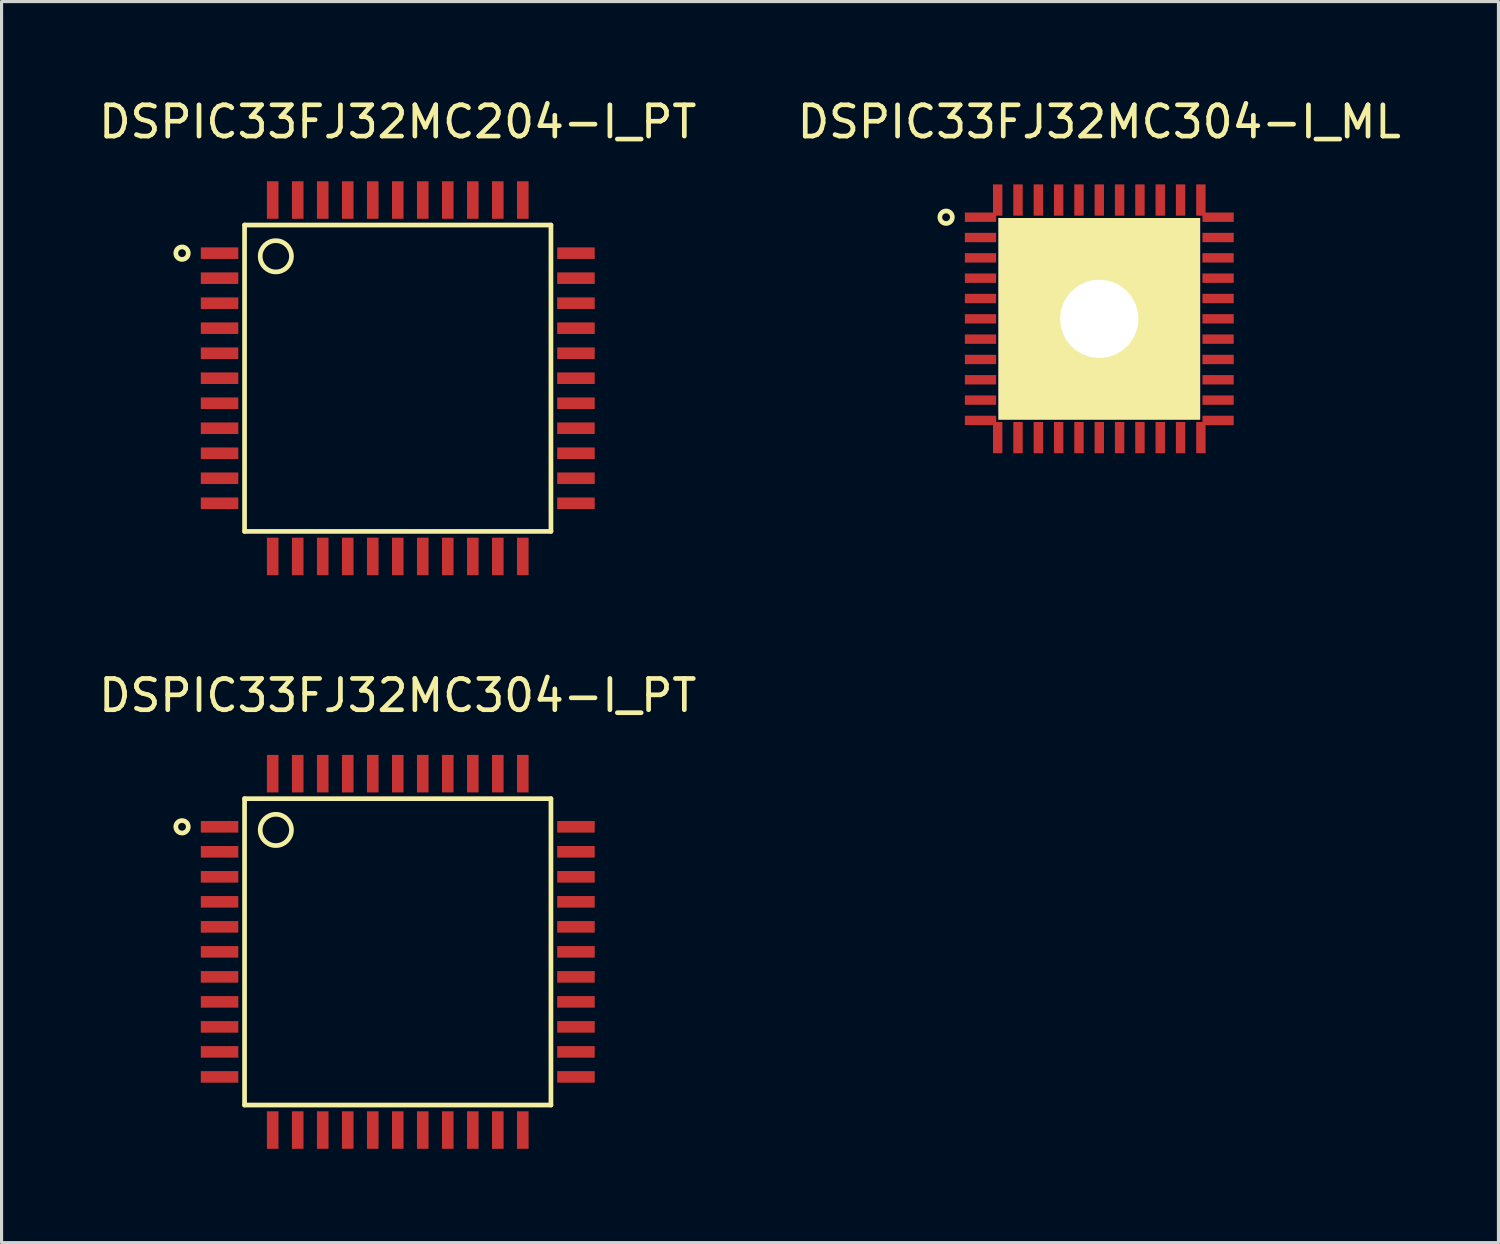
<source format=kicad_pcb>
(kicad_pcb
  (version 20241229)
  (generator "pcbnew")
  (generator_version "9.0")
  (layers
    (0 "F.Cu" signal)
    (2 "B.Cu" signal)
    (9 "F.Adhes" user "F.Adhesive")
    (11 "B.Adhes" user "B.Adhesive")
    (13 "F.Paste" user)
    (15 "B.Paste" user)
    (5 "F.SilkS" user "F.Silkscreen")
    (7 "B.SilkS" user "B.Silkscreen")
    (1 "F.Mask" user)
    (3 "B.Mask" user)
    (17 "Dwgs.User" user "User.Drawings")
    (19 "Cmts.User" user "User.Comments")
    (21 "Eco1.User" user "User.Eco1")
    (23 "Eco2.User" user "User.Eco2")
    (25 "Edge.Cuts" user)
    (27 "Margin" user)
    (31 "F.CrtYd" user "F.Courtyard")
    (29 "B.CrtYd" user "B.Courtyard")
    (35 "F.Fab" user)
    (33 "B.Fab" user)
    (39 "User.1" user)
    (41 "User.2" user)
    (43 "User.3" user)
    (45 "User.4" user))
  (footprint "DSPIC33FJ32MC304-I_ML"
    (layer "F.Cu")
    (at 28.313 3.348)
    (property "Reference" "DSPIC33FJ32MC304-I_ML" (at 3.8 -2.5 0) (layer "F.SilkS") (effects (font (size 1 1) (thickness 0.15))))
    (attr through_hole)
    (fp_line (start 0.7 0.7) (end 0.7 6.9) (stroke (width 0.15) (type solid)) (layer "F.SilkS"))
    (fp_line (start 0.7 0.7) (end 6.9 0.7) (stroke (width 0.15) (type solid)) (layer "F.SilkS"))
    (fp_line (start 0.7 6.9) (end 6.9 6.9) (stroke (width 0.15) (type solid)) (layer "F.SilkS"))
    (fp_line (start 6.9 6.9) (end 6.9 0.7) (stroke (width 0.15) (type solid)) (layer "F.SilkS"))
    (fp_circle (center -1.1 0.55) (end -1.1 0.35) (stroke (width 0.15) (type solid)) (fill no) (layer "F.SilkS"))
    (fp_circle (center 1.7 1.7) (end 1.7 1.2) (stroke (width 0.15) (type solid)) (fill no) (layer "F.SilkS"))
    (pad "1" smd rect (at 0 0.55) (size 1 0.3) (layers "F.Cu" "F.Mask" "F.Paste"))
    (pad "2" smd rect (at 0 1.2) (size 1 0.3) (layers "F.Cu" "F.Mask" "F.Paste"))
    (pad "3" smd rect (at 0 1.85) (size 1 0.3) (layers "F.Cu" "F.Mask" "F.Paste"))
    (pad "4" smd rect (at 0 2.5) (size 1 0.3) (layers "F.Cu" "F.Mask" "F.Paste"))
    (pad "5" smd rect (at 0 3.15) (size 1 0.3) (layers "F.Cu" "F.Mask" "F.Paste"))
    (pad "6" smd rect (at 0 3.8) (size 1 0.3) (layers "F.Cu" "F.Mask" "F.Paste"))
    (pad "7" smd rect (at 0 4.45) (size 1 0.3) (layers "F.Cu" "F.Mask" "F.Paste"))
    (pad "8" smd rect (at 0 5.1) (size 1 0.3) (layers "F.Cu" "F.Mask" "F.Paste"))
    (pad "9" smd rect (at 0 5.75) (size 1 0.3) (layers "F.Cu" "F.Mask" "F.Paste"))
    (pad "10" smd rect (at 0 6.4) (size 1 0.3) (layers "F.Cu" "F.Mask" "F.Paste"))
    (pad "11" smd rect (at 0 7.05) (size 1 0.3) (layers "F.Cu" "F.Mask" "F.Paste"))
    (pad "12" smd rect (at 0.55 7.6) (size 0.3 1) (layers "F.Cu" "F.Mask" "F.Paste"))
    (pad "13" smd rect (at 1.2 7.6) (size 0.3 1) (layers "F.Cu" "F.Mask" "F.Paste"))
    (pad "14" smd rect (at 1.85 7.6) (size 0.3 1) (layers "F.Cu" "F.Mask" "F.Paste"))
    (pad "15" smd rect (at 2.5 7.6) (size 0.3 1) (layers "F.Cu" "F.Mask" "F.Paste"))
    (pad "16" smd rect (at 3.15 7.6) (size 0.3 1) (layers "F.Cu" "F.Mask" "F.Paste"))
    (pad "17" smd rect (at 3.8 7.6) (size 0.3 1) (layers "F.Cu" "F.Mask" "F.Paste"))
    (pad "18" smd rect (at 4.45 7.6) (size 0.3 1) (layers "F.Cu" "F.Mask" "F.Paste"))
    (pad "19" smd rect (at 5.1 7.6) (size 0.3 1) (layers "F.Cu" "F.Mask" "F.Paste"))
    (pad "20" smd rect (at 5.75 7.6) (size 0.3 1) (layers "F.Cu" "F.Mask" "F.Paste"))
    (pad "21" smd rect (at 6.4 7.6) (size 0.3 1) (layers "F.Cu" "F.Mask" "F.Paste"))
    (pad "22" smd rect (at 7.05 7.6) (size 0.3 1) (layers "F.Cu" "F.Mask" "F.Paste"))
    (pad "23" smd rect (at 7.6 7.05) (size 1 0.3) (layers "F.Cu" "F.Mask" "F.Paste"))
    (pad "24" smd rect (at 7.6 6.4) (size 1 0.3) (layers "F.Cu" "F.Mask" "F.Paste"))
    (pad "25" smd rect (at 7.6 5.75) (size 1 0.3) (layers "F.Cu" "F.Mask" "F.Paste"))
    (pad "26" smd rect (at 7.6 5.1) (size 1 0.3) (layers "F.Cu" "F.Mask" "F.Paste"))
    (pad "27" smd rect (at 7.6 4.45) (size 1 0.3) (layers "F.Cu" "F.Mask" "F.Paste"))
    (pad "28" smd rect (at 7.6 3.8) (size 1 0.3) (layers "F.Cu" "F.Mask" "F.Paste"))
    (pad "29" smd rect (at 7.6 3.15) (size 1 0.3) (layers "F.Cu" "F.Mask" "F.Paste"))
    (pad "30" smd rect (at 7.6 2.5) (size 1 0.3) (layers "F.Cu" "F.Mask" "F.Paste"))
    (pad "31" smd rect (at 7.6 1.85) (size 1 0.3) (layers "F.Cu" "F.Mask" "F.Paste"))
    (pad "32" smd rect (at 7.6 1.2) (size 1 0.3) (layers "F.Cu" "F.Mask" "F.Paste"))
    (pad "33" smd rect (at 7.6 0.55) (size 1 0.3) (layers "F.Cu" "F.Mask" "F.Paste"))
    (pad "34" smd rect (at 7.05 0) (size 0.3 1) (layers "F.Cu" "F.Mask" "F.Paste"))
    (pad "35" smd rect (at 6.4 0) (size 0.3 1) (layers "F.Cu" "F.Mask" "F.Paste"))
    (pad "36" smd rect (at 5.75 0) (size 0.3 1) (layers "F.Cu" "F.Mask" "F.Paste"))
    (pad "37" smd rect (at 5.1 0) (size 0.3 1) (layers "F.Cu" "F.Mask" "F.Paste"))
    (pad "38" smd rect (at 4.45 0) (size 0.3 1) (layers "F.Cu" "F.Mask" "F.Paste"))
    (pad "39" smd rect (at 3.8 0) (size 0.3 1) (layers "F.Cu" "F.Mask" "F.Paste"))
    (pad "40" smd rect (at 3.15 0) (size 0.3 1) (layers "F.Cu" "F.Mask" "F.Paste"))
    (pad "41" smd rect (at 2.5 0) (size 0.3 1) (layers "F.Cu" "F.Mask" "F.Paste"))
    (pad "42" smd rect (at 1.85 0) (size 0.3 1) (layers "F.Cu" "F.Mask" "F.Paste"))
    (pad "43" smd rect (at 1.2 0) (size 0.3 1) (layers "F.Cu" "F.Mask" "F.Paste"))
    (pad "44" smd rect (at 0.55 0) (size 0.3 1) (layers "F.Cu" "F.Mask" "F.Paste"))
    (pad "999" thru_hole rect (at 3.8 3.8) (size 6.45 6.45) (drill 2.5) (layers "*.Cu" "*.Mask" "F.SilkS")))
  (footprint "DSPIC33FJ32MC304-I_PT"
    (layer "F.Cu")
    (at 3.973 21.697)
    (property "Reference" "DSPIC33FJ32MC304-I_PT" (at 5.7 -2.5 0) (layer "F.SilkS") (effects (font (size 1 1) (thickness 0.15))))
    (attr through_hole)
    (fp_line (start 0.8 0.8) (end 0.8 10.6) (stroke (width 0.15) (type solid)) (layer "F.SilkS"))
    (fp_line (start 0.8 0.8) (end 10.6 0.8) (stroke (width 0.15) (type solid)) (layer "F.SilkS"))
    (fp_line (start 0.8 10.6) (end 10.6 10.6) (stroke (width 0.15) (type solid)) (layer "F.SilkS"))
    (fp_line (start 10.6 10.6) (end 10.6 0.8) (stroke (width 0.15) (type solid)) (layer "F.SilkS"))
    (fp_circle (center -1.2 1.7) (end -1.2 1.5) (stroke (width 0.15) (type solid)) (fill no) (layer "F.SilkS"))
    (fp_circle (center 1.8 1.8) (end 1.8 1.3) (stroke (width 0.15) (type solid)) (fill no) (layer "F.SilkS"))
    (pad "1" smd rect (at 0 1.7) (size 1.2 0.37) (layers "F.Cu" "F.Mask" "F.Paste"))
    (pad "2" smd rect (at 0 2.5) (size 1.2 0.37) (layers "F.Cu" "F.Mask" "F.Paste"))
    (pad "3" smd rect (at 0 3.3) (size 1.2 0.37) (layers "F.Cu" "F.Mask" "F.Paste"))
    (pad "4" smd rect (at 0 4.1) (size 1.2 0.37) (layers "F.Cu" "F.Mask" "F.Paste"))
    (pad "5" smd rect (at 0 4.9) (size 1.2 0.37) (layers "F.Cu" "F.Mask" "F.Paste"))
    (pad "6" smd rect (at 0 5.7) (size 1.2 0.37) (layers "F.Cu" "F.Mask" "F.Paste"))
    (pad "7" smd rect (at 0 6.5) (size 1.2 0.37) (layers "F.Cu" "F.Mask" "F.Paste"))
    (pad "8" smd rect (at 0 7.3) (size 1.2 0.37) (layers "F.Cu" "F.Mask" "F.Paste"))
    (pad "9" smd rect (at 0 8.1) (size 1.2 0.37) (layers "F.Cu" "F.Mask" "F.Paste"))
    (pad "10" smd rect (at 0 8.9) (size 1.2 0.37) (layers "F.Cu" "F.Mask" "F.Paste"))
    (pad "11" smd rect (at 0 9.7) (size 1.2 0.37) (layers "F.Cu" "F.Mask" "F.Paste"))
    (pad "12" smd rect (at 1.7 11.4) (size 0.37 1.2) (layers "F.Cu" "F.Mask" "F.Paste"))
    (pad "13" smd rect (at 2.5 11.4) (size 0.37 1.2) (layers "F.Cu" "F.Mask" "F.Paste"))
    (pad "14" smd rect (at 3.3 11.4) (size 0.37 1.2) (layers "F.Cu" "F.Mask" "F.Paste"))
    (pad "15" smd rect (at 4.1 11.4) (size 0.37 1.2) (layers "F.Cu" "F.Mask" "F.Paste"))
    (pad "16" smd rect (at 4.9 11.4) (size 0.37 1.2) (layers "F.Cu" "F.Mask" "F.Paste"))
    (pad "17" smd rect (at 5.7 11.4) (size 0.37 1.2) (layers "F.Cu" "F.Mask" "F.Paste"))
    (pad "18" smd rect (at 6.5 11.4) (size 0.37 1.2) (layers "F.Cu" "F.Mask" "F.Paste"))
    (pad "19" smd rect (at 7.3 11.4) (size 0.37 1.2) (layers "F.Cu" "F.Mask" "F.Paste"))
    (pad "20" smd rect (at 8.1 11.4) (size 0.37 1.2) (layers "F.Cu" "F.Mask" "F.Paste"))
    (pad "21" smd rect (at 8.9 11.4) (size 0.37 1.2) (layers "F.Cu" "F.Mask" "F.Paste"))
    (pad "22" smd rect (at 9.7 11.4) (size 0.37 1.2) (layers "F.Cu" "F.Mask" "F.Paste"))
    (pad "23" smd rect (at 11.4 9.7) (size 1.2 0.37) (layers "F.Cu" "F.Mask" "F.Paste"))
    (pad "24" smd rect (at 11.4 8.9) (size 1.2 0.37) (layers "F.Cu" "F.Mask" "F.Paste"))
    (pad "25" smd rect (at 11.4 8.1) (size 1.2 0.37) (layers "F.Cu" "F.Mask" "F.Paste"))
    (pad "26" smd rect (at 11.4 7.3) (size 1.2 0.37) (layers "F.Cu" "F.Mask" "F.Paste"))
    (pad "27" smd rect (at 11.4 6.5) (size 1.2 0.37) (layers "F.Cu" "F.Mask" "F.Paste"))
    (pad "28" smd rect (at 11.4 5.7) (size 1.2 0.37) (layers "F.Cu" "F.Mask" "F.Paste"))
    (pad "29" smd rect (at 11.4 4.9) (size 1.2 0.37) (layers "F.Cu" "F.Mask" "F.Paste"))
    (pad "30" smd rect (at 11.4 4.1) (size 1.2 0.37) (layers "F.Cu" "F.Mask" "F.Paste"))
    (pad "31" smd rect (at 11.4 3.3) (size 1.2 0.37) (layers "F.Cu" "F.Mask" "F.Paste"))
    (pad "32" smd rect (at 11.4 2.5) (size 1.2 0.37) (layers "F.Cu" "F.Mask" "F.Paste"))
    (pad "33" smd rect (at 11.4 1.7) (size 1.2 0.37) (layers "F.Cu" "F.Mask" "F.Paste"))
    (pad "34" smd rect (at 9.7 0) (size 0.37 1.2) (layers "F.Cu" "F.Mask" "F.Paste"))
    (pad "35" smd rect (at 8.9 0) (size 0.37 1.2) (layers "F.Cu" "F.Mask" "F.Paste"))
    (pad "36" smd rect (at 8.1 0) (size 0.37 1.2) (layers "F.Cu" "F.Mask" "F.Paste"))
    (pad "37" smd rect (at 7.3 0) (size 0.37 1.2) (layers "F.Cu" "F.Mask" "F.Paste"))
    (pad "38" smd rect (at 6.5 0) (size 0.37 1.2) (layers "F.Cu" "F.Mask" "F.Paste"))
    (pad "39" smd rect (at 5.7 0) (size 0.37 1.2) (layers "F.Cu" "F.Mask" "F.Paste"))
    (pad "40" smd rect (at 4.9 0) (size 0.37 1.2) (layers "F.Cu" "F.Mask" "F.Paste"))
    (pad "41" smd rect (at 4.1 0) (size 0.37 1.2) (layers "F.Cu" "F.Mask" "F.Paste"))
    (pad "42" smd rect (at 3.3 0) (size 0.37 1.2) (layers "F.Cu" "F.Mask" "F.Paste"))
    (pad "43" smd rect (at 2.5 0) (size 0.37 1.2) (layers "F.Cu" "F.Mask" "F.Paste"))
    (pad "44" smd rect (at 1.7 0) (size 0.37 1.2) (layers "F.Cu" "F.Mask" "F.Paste")))
  (footprint "DSPIC33FJ32MC204-I_PT"
    (layer "F.Cu")
    (at 3.973 3.348)
    (property "Reference" "DSPIC33FJ32MC204-I_PT" (at 5.7 -2.5 0) (layer "F.SilkS") (effects (font (size 1 1) (thickness 0.15))))
    (attr through_hole)
    (fp_line (start 0.8 0.8) (end 0.8 10.6) (stroke (width 0.15) (type solid)) (layer "F.SilkS"))
    (fp_line (start 0.8 0.8) (end 10.6 0.8) (stroke (width 0.15) (type solid)) (layer "F.SilkS"))
    (fp_line (start 0.8 10.6) (end 10.6 10.6) (stroke (width 0.15) (type solid)) (layer "F.SilkS"))
    (fp_line (start 10.6 10.6) (end 10.6 0.8) (stroke (width 0.15) (type solid)) (layer "F.SilkS"))
    (fp_circle (center -1.2 1.7) (end -1.2 1.5) (stroke (width 0.15) (type solid)) (fill no) (layer "F.SilkS"))
    (fp_circle (center 1.8 1.8) (end 1.8 1.3) (stroke (width 0.15) (type solid)) (fill no) (layer "F.SilkS"))
    (pad "1" smd rect (at 0 1.7) (size 1.2 0.37) (layers "F.Cu" "F.Mask" "F.Paste"))
    (pad "2" smd rect (at 0 2.5) (size 1.2 0.37) (layers "F.Cu" "F.Mask" "F.Paste"))
    (pad "3" smd rect (at 0 3.3) (size 1.2 0.37) (layers "F.Cu" "F.Mask" "F.Paste"))
    (pad "4" smd rect (at 0 4.1) (size 1.2 0.37) (layers "F.Cu" "F.Mask" "F.Paste"))
    (pad "5" smd rect (at 0 4.9) (size 1.2 0.37) (layers "F.Cu" "F.Mask" "F.Paste"))
    (pad "6" smd rect (at 0 5.7) (size 1.2 0.37) (layers "F.Cu" "F.Mask" "F.Paste"))
    (pad "7" smd rect (at 0 6.5) (size 1.2 0.37) (layers "F.Cu" "F.Mask" "F.Paste"))
    (pad "8" smd rect (at 0 7.3) (size 1.2 0.37) (layers "F.Cu" "F.Mask" "F.Paste"))
    (pad "9" smd rect (at 0 8.1) (size 1.2 0.37) (layers "F.Cu" "F.Mask" "F.Paste"))
    (pad "10" smd rect (at 0 8.9) (size 1.2 0.37) (layers "F.Cu" "F.Mask" "F.Paste"))
    (pad "11" smd rect (at 0 9.7) (size 1.2 0.37) (layers "F.Cu" "F.Mask" "F.Paste"))
    (pad "12" smd rect (at 1.7 11.4) (size 0.37 1.2) (layers "F.Cu" "F.Mask" "F.Paste"))
    (pad "13" smd rect (at 2.5 11.4) (size 0.37 1.2) (layers "F.Cu" "F.Mask" "F.Paste"))
    (pad "14" smd rect (at 3.3 11.4) (size 0.37 1.2) (layers "F.Cu" "F.Mask" "F.Paste"))
    (pad "15" smd rect (at 4.1 11.4) (size 0.37 1.2) (layers "F.Cu" "F.Mask" "F.Paste"))
    (pad "16" smd rect (at 4.9 11.4) (size 0.37 1.2) (layers "F.Cu" "F.Mask" "F.Paste"))
    (pad "17" smd rect (at 5.7 11.4) (size 0.37 1.2) (layers "F.Cu" "F.Mask" "F.Paste"))
    (pad "18" smd rect (at 6.5 11.4) (size 0.37 1.2) (layers "F.Cu" "F.Mask" "F.Paste"))
    (pad "19" smd rect (at 7.3 11.4) (size 0.37 1.2) (layers "F.Cu" "F.Mask" "F.Paste"))
    (pad "20" smd rect (at 8.1 11.4) (size 0.37 1.2) (layers "F.Cu" "F.Mask" "F.Paste"))
    (pad "21" smd rect (at 8.9 11.4) (size 0.37 1.2) (layers "F.Cu" "F.Mask" "F.Paste"))
    (pad "22" smd rect (at 9.7 11.4) (size 0.37 1.2) (layers "F.Cu" "F.Mask" "F.Paste"))
    (pad "23" smd rect (at 11.4 9.7) (size 1.2 0.37) (layers "F.Cu" "F.Mask" "F.Paste"))
    (pad "24" smd rect (at 11.4 8.9) (size 1.2 0.37) (layers "F.Cu" "F.Mask" "F.Paste"))
    (pad "25" smd rect (at 11.4 8.1) (size 1.2 0.37) (layers "F.Cu" "F.Mask" "F.Paste"))
    (pad "26" smd rect (at 11.4 7.3) (size 1.2 0.37) (layers "F.Cu" "F.Mask" "F.Paste"))
    (pad "27" smd rect (at 11.4 6.5) (size 1.2 0.37) (layers "F.Cu" "F.Mask" "F.Paste"))
    (pad "28" smd rect (at 11.4 5.7) (size 1.2 0.37) (layers "F.Cu" "F.Mask" "F.Paste"))
    (pad "29" smd rect (at 11.4 4.9) (size 1.2 0.37) (layers "F.Cu" "F.Mask" "F.Paste"))
    (pad "30" smd rect (at 11.4 4.1) (size 1.2 0.37) (layers "F.Cu" "F.Mask" "F.Paste"))
    (pad "31" smd rect (at 11.4 3.3) (size 1.2 0.37) (layers "F.Cu" "F.Mask" "F.Paste"))
    (pad "32" smd rect (at 11.4 2.5) (size 1.2 0.37) (layers "F.Cu" "F.Mask" "F.Paste"))
    (pad "33" smd rect (at 11.4 1.7) (size 1.2 0.37) (layers "F.Cu" "F.Mask" "F.Paste"))
    (pad "34" smd rect (at 9.7 0) (size 0.37 1.2) (layers "F.Cu" "F.Mask" "F.Paste"))
    (pad "35" smd rect (at 8.9 0) (size 0.37 1.2) (layers "F.Cu" "F.Mask" "F.Paste"))
    (pad "36" smd rect (at 8.1 0) (size 0.37 1.2) (layers "F.Cu" "F.Mask" "F.Paste"))
    (pad "37" smd rect (at 7.3 0) (size 0.37 1.2) (layers "F.Cu" "F.Mask" "F.Paste"))
    (pad "38" smd rect (at 6.5 0) (size 0.37 1.2) (layers "F.Cu" "F.Mask" "F.Paste"))
    (pad "39" smd rect (at 5.7 0) (size 0.37 1.2) (layers "F.Cu" "F.Mask" "F.Paste"))
    (pad "40" smd rect (at 4.9 0) (size 0.37 1.2) (layers "F.Cu" "F.Mask" "F.Paste"))
    (pad "41" smd rect (at 4.1 0) (size 0.37 1.2) (layers "F.Cu" "F.Mask" "F.Paste"))
    (pad "42" smd rect (at 3.3 0) (size 0.37 1.2) (layers "F.Cu" "F.Mask" "F.Paste"))
    (pad "43" smd rect (at 2.5 0) (size 0.37 1.2) (layers "F.Cu" "F.Mask" "F.Paste"))
    (pad "44" smd rect (at 1.7 0) (size 0.37 1.2) (layers "F.Cu" "F.Mask" "F.Paste")))
  (gr_rect
    (start -3 -3)
    (end 44.881 36.697)
    (stroke (width 0.1) (type default))
    (fill no)
    (layer "Edge.Cuts")))
</source>
